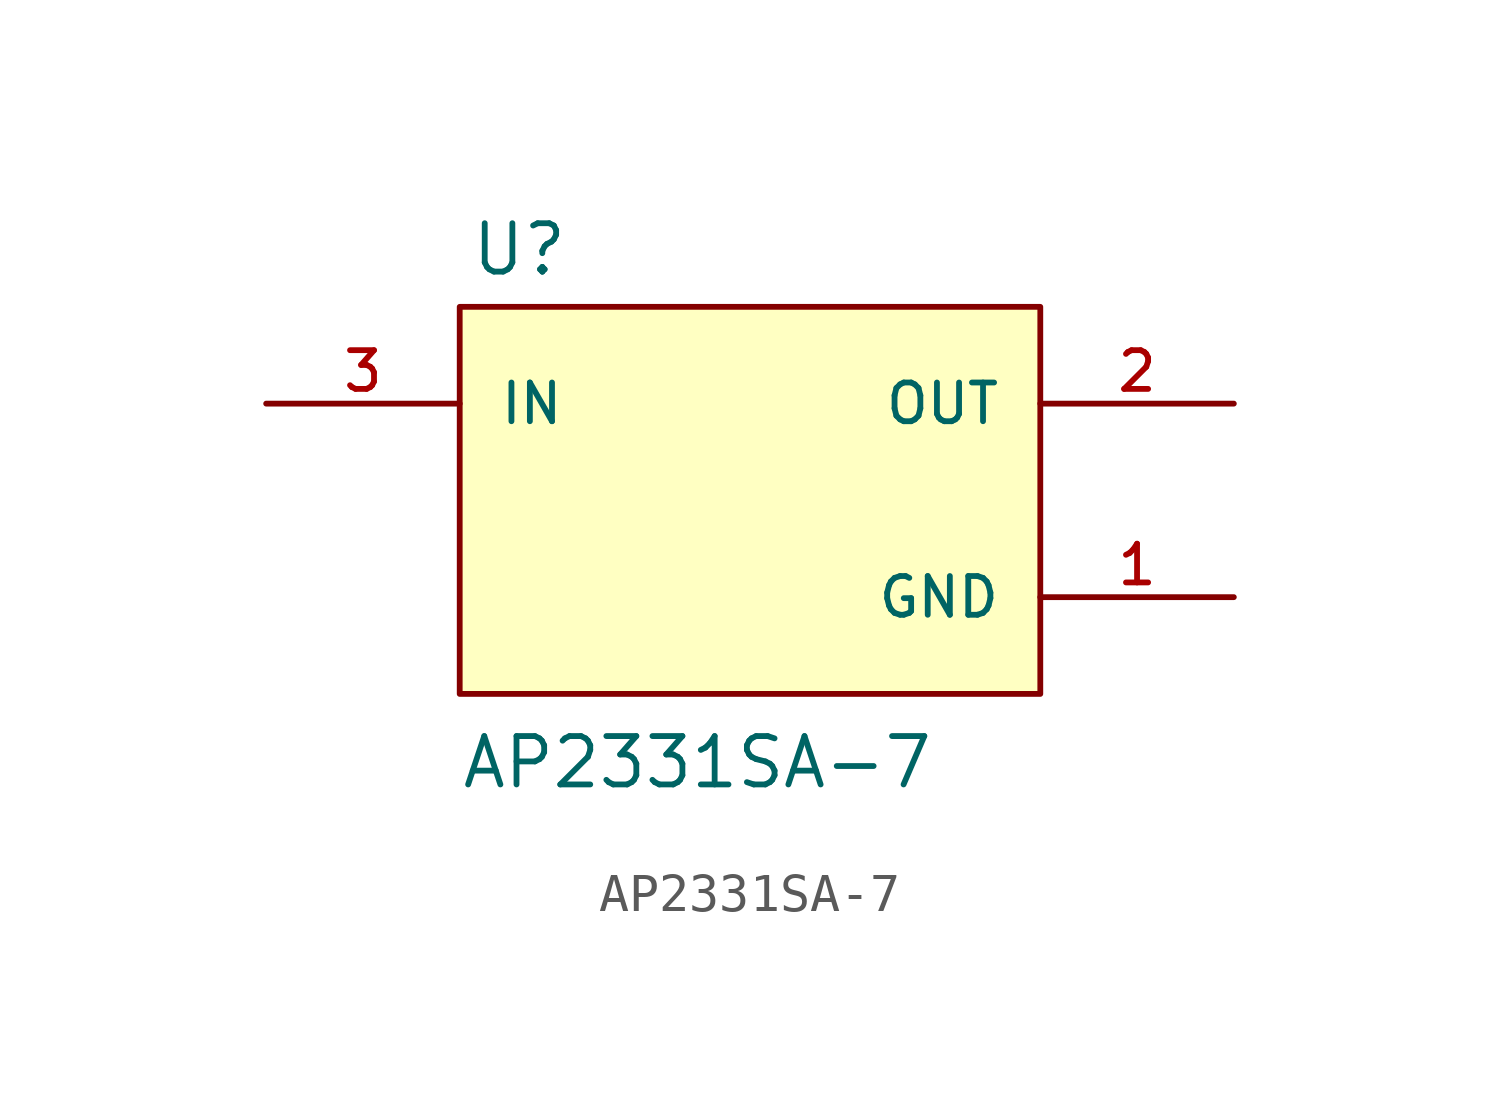
<source format=kicad_sym>
(kicad_symbol_lib
  (version 20211014)
  (generator kicad_symbol_editor)
  (symbol "AP2331SA-7"
    (pin_names
      (offset 1.016))
    (property "Reference" "U"
      (at -7.366 5.842 0)
      (effects (font (size 1.27 1.27)) (justify bottom left)))
    (property "Value" "AP2331SA-7"
      (at -7.62 -7.62 0)
      (effects (font (size 1.27 1.27)) (justify bottom left)))
    (symbol "AP2331SA-7_0_0"
      (rectangle (start -7.62 -5.08) (end 7.62 5.08) (stroke (width 0.152)) (fill (type background)))
      (pin input line (at -12.7 2.54 0) (length 5.08) (name "IN" (effects (font (size 1.016 1.016)))) (number "3" (effects (font (size 1.016 1.016)))))
      (pin output line (at 12.7 2.54 180.0) (length 5.08) (name "OUT" (effects (font (size 1.016 1.016)))) (number "2" (effects (font (size 1.016 1.016)))))
      (pin power_in line (at 12.7 -2.54 180.0) (length 5.08) (name "GND" (effects (font (size 1.016 1.016)))) (number "1" (effects (font (size 1.016 1.016))))))))
</source>
